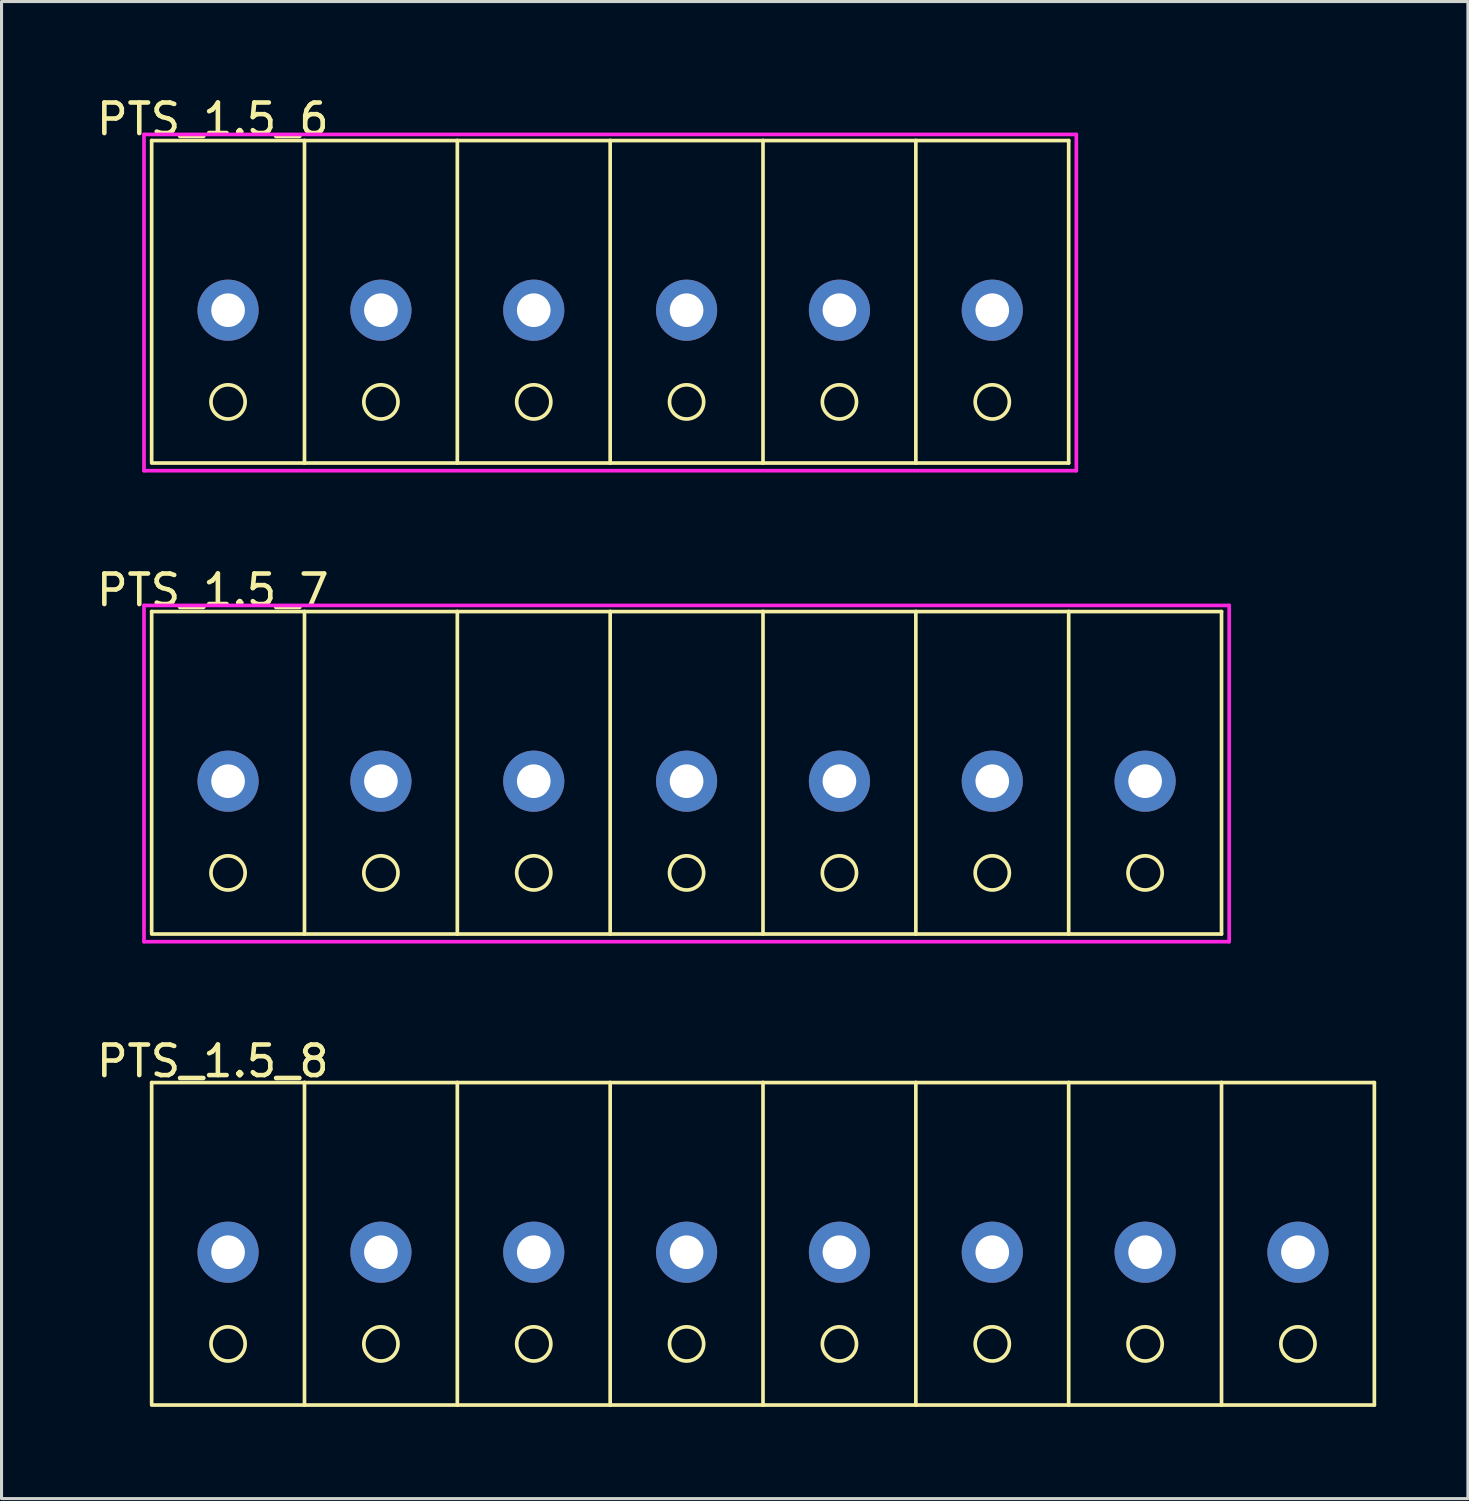
<source format=kicad_pcb>
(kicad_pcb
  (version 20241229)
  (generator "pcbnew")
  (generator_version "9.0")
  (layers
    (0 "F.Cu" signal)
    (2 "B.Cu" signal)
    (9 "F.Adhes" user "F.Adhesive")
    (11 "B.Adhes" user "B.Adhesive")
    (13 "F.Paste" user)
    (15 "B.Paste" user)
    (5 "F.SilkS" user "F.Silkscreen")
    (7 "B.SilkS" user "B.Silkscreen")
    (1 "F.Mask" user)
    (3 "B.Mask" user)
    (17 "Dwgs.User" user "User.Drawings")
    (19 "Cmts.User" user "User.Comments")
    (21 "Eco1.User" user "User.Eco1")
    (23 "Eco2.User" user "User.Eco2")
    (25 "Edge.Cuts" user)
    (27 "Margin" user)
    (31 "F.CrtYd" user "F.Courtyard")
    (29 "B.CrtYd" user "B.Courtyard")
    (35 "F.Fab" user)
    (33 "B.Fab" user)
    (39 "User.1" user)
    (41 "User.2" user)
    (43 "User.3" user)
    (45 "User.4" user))
  (footprint "PTS_1.5_7"
    (layer "F.Cu")
    (at 4.411 22.506)
    (property "Reference" "PTS_1.5_7" (at -0.5 -6.25 0) (layer "F.SilkS") (effects (font (size 1 1) (thickness 0.15))))
    (attr through_hole)
    (fp_line (start -2.5 -5.55) (end 2.5 -5.55) (stroke (width 0.12) (type solid)) (layer "F.SilkS"))
    (fp_line (start -2.5 4.95) (end -2.5 -5.55) (stroke (width 0.12) (type solid)) (layer "F.SilkS"))
    (fp_line (start 2.5 -5.55) (end 2.5 5) (stroke (width 0.12) (type solid)) (layer "F.SilkS"))
    (fp_line (start 2.5 -5.55) (end 7.5 -5.55) (stroke (width 0.12) (type solid)) (layer "F.SilkS"))
    (fp_line (start 2.5 5) (end -2.5 5) (stroke (width 0.12) (type solid)) (layer "F.SilkS"))
    (fp_line (start 2.5 5) (end 7.5 5) (stroke (width 0.12) (type solid)) (layer "F.SilkS"))
    (fp_line (start 7.5 -5.55) (end 12.5 -5.55) (stroke (width 0.12) (type solid)) (layer "F.SilkS"))
    (fp_line (start 7.5 5) (end 7.5 -5.55) (stroke (width 0.12) (type solid)) (layer "F.SilkS"))
    (fp_line (start 7.5 5) (end 12.5 5) (stroke (width 0.12) (type solid)) (layer "F.SilkS"))
    (fp_line (start 12.5 -5.55) (end 17.5 -5.55) (stroke (width 0.12) (type solid)) (layer "F.SilkS"))
    (fp_line (start 12.5 5) (end 12.5 -5.55) (stroke (width 0.12) (type solid)) (layer "F.SilkS"))
    (fp_line (start 12.5 5) (end 17.5 5) (stroke (width 0.12) (type solid)) (layer "F.SilkS"))
    (fp_line (start 17.5 -5.55) (end 22.5 -5.55) (stroke (width 0.12) (type solid)) (layer "F.SilkS"))
    (fp_line (start 17.5 5) (end 17.5 -5.55) (stroke (width 0.12) (type solid)) (layer "F.SilkS"))
    (fp_line (start 17.5 5) (end 22.5 5) (stroke (width 0.12) (type solid)) (layer "F.SilkS"))
    (fp_line (start 22.5 -5.55) (end 27.5 -5.55) (stroke (width 0.12) (type solid)) (layer "F.SilkS"))
    (fp_line (start 22.5 5) (end 22.5 -5.55) (stroke (width 0.12) (type solid)) (layer "F.SilkS"))
    (fp_line (start 22.5 5) (end 27.5 5) (stroke (width 0.12) (type solid)) (layer "F.SilkS"))
    (fp_line (start 27.5 -5.55) (end 32.5 -5.55) (stroke (width 0.12) (type solid)) (layer "F.SilkS"))
    (fp_line (start 27.5 5) (end 27.5 -5.55) (stroke (width 0.12) (type solid)) (layer "F.SilkS"))
    (fp_line (start 27.5 5) (end 32.5 5) (stroke (width 0.12) (type solid)) (layer "F.SilkS"))
    (fp_line (start 32.5 5) (end 32.5 -5.55) (stroke (width 0.12) (type solid)) (layer "F.SilkS"))
    (fp_circle (center 0 3) (end 0.25 2.5) (stroke (width 0.12) (type solid)) (fill no) (layer "F.SilkS"))
    (fp_circle (center 5 3) (end 5.25 2.5) (stroke (width 0.12) (type solid)) (fill no) (layer "F.SilkS"))
    (fp_circle (center 10 3) (end 10.25 2.5) (stroke (width 0.12) (type solid)) (fill no) (layer "F.SilkS"))
    (fp_circle (center 15 3) (end 15.25 2.5) (stroke (width 0.12) (type solid)) (fill no) (layer "F.SilkS"))
    (fp_circle (center 20 3) (end 20.25 2.5) (stroke (width 0.12) (type solid)) (fill no) (layer "F.SilkS"))
    (fp_circle (center 25 3) (end 25.25 2.5) (stroke (width 0.12) (type solid)) (fill no) (layer "F.SilkS"))
    (fp_circle (center 30 3) (end 30.25 2.5) (stroke (width 0.12) (type solid)) (fill no) (layer "F.SilkS"))
    (fp_line (start -2.75 -5.75) (end 32.75 -5.75) (stroke (width 0.12) (type solid)) (layer "F.CrtYd"))
    (fp_line (start -2.75 5.25) (end -2.75 -5.75) (stroke (width 0.12) (type solid)) (layer "F.CrtYd"))
    (fp_line (start 32.75 -5.75) (end 32.75 5.25) (stroke (width 0.12) (type solid)) (layer "F.CrtYd"))
    (fp_line (start 32.75 5.25) (end -2.75 5.25) (stroke (width 0.12) (type solid)) (layer "F.CrtYd"))
    (pad "1" thru_hole circle (at 0 0) (size 2 2) (drill 1.1) (layers "*.Cu" "*.Mask"))
    (pad "2" thru_hole circle (at 5 0) (size 2 2) (drill 1.1) (layers "*.Cu" "*.Mask"))
    (pad "3" thru_hole circle (at 10 0) (size 2 2) (drill 1.1) (layers "*.Cu" "*.Mask"))
    (pad "4" thru_hole circle (at 15 0) (size 2 2) (drill 1.1) (layers "*.Cu" "*.Mask"))
    (pad "5" thru_hole circle (at 20 0) (size 2 2) (drill 1.1) (layers "*.Cu" "*.Mask"))
    (pad "6" thru_hole circle (at 25 0) (size 2 2) (drill 1.1) (layers "*.Cu" "*.Mask"))
    (pad "7" thru_hole circle (at 30 0) (size 2 2) (drill 1.1) (layers "*.Cu" "*.Mask")))
  (footprint "PTS_1.5_8"
    (layer "F.Cu")
    (at 4.411 37.915)
    (property "Reference" "PTS_1.5_8" (at -0.5 -6.25 0) (layer "F.SilkS") (effects (font (size 1 1) (thickness 0.15))))
    (attr through_hole)
    (fp_line (start -2.5 -5.55) (end 2.5 -5.55) (stroke (width 0.12) (type solid)) (layer "F.SilkS"))
    (fp_line (start -2.5 4.95) (end -2.5 -5.55) (stroke (width 0.12) (type solid)) (layer "F.SilkS"))
    (fp_line (start 2.5 -5.55) (end 2.5 5) (stroke (width 0.12) (type solid)) (layer "F.SilkS"))
    (fp_line (start 2.5 -5.55) (end 7.5 -5.55) (stroke (width 0.12) (type solid)) (layer "F.SilkS"))
    (fp_line (start 2.5 5) (end -2.5 5) (stroke (width 0.12) (type solid)) (layer "F.SilkS"))
    (fp_line (start 2.5 5) (end 7.5 5) (stroke (width 0.12) (type solid)) (layer "F.SilkS"))
    (fp_line (start 7.5 -5.55) (end 12.5 -5.55) (stroke (width 0.12) (type solid)) (layer "F.SilkS"))
    (fp_line (start 7.5 5) (end 7.5 -5.55) (stroke (width 0.12) (type solid)) (layer "F.SilkS"))
    (fp_line (start 7.5 5) (end 12.5 5) (stroke (width 0.12) (type solid)) (layer "F.SilkS"))
    (fp_line (start 12.5 -5.55) (end 17.5 -5.55) (stroke (width 0.12) (type solid)) (layer "F.SilkS"))
    (fp_line (start 12.5 5) (end 12.5 -5.55) (stroke (width 0.12) (type solid)) (layer "F.SilkS"))
    (fp_line (start 12.5 5) (end 17.5 5) (stroke (width 0.12) (type solid)) (layer "F.SilkS"))
    (fp_line (start 17.5 -5.55) (end 22.5 -5.55) (stroke (width 0.12) (type solid)) (layer "F.SilkS"))
    (fp_line (start 17.5 5) (end 17.5 -5.55) (stroke (width 0.12) (type solid)) (layer "F.SilkS"))
    (fp_line (start 17.5 5) (end 22.5 5) (stroke (width 0.12) (type solid)) (layer "F.SilkS"))
    (fp_line (start 22.5 -5.55) (end 27.5 -5.55) (stroke (width 0.12) (type solid)) (layer "F.SilkS"))
    (fp_line (start 22.5 5) (end 22.5 -5.55) (stroke (width 0.12) (type solid)) (layer "F.SilkS"))
    (fp_line (start 22.5 5) (end 27.5 5) (stroke (width 0.12) (type solid)) (layer "F.SilkS"))
    (fp_line (start 27.5 -5.55) (end 32.5 -5.55) (stroke (width 0.12) (type solid)) (layer "F.SilkS"))
    (fp_line (start 27.5 5) (end 27.5 -5.55) (stroke (width 0.12) (type solid)) (layer "F.SilkS"))
    (fp_line (start 27.5 5) (end 32.5 5) (stroke (width 0.12) (type solid)) (layer "F.SilkS"))
    (fp_line (start 32.5 -5.55) (end 37.5 -5.55) (stroke (width 0.12) (type solid)) (layer "F.SilkS"))
    (fp_line (start 32.5 5) (end 32.5 -5.55) (stroke (width 0.12) (type solid)) (layer "F.SilkS"))
    (fp_line (start 32.5 5) (end 37.5 5) (stroke (width 0.12) (type solid)) (layer "F.SilkS"))
    (fp_line (start 37.5 5) (end 37.5 -5.55) (stroke (width 0.12) (type solid)) (layer "F.SilkS"))
    (fp_circle (center 0 3) (end 0.25 2.5) (stroke (width 0.12) (type solid)) (fill no) (layer "F.SilkS"))
    (fp_circle (center 5 3) (end 5.25 2.5) (stroke (width 0.12) (type solid)) (fill no) (layer "F.SilkS"))
    (fp_circle (center 10 3) (end 10.25 2.5) (stroke (width 0.12) (type solid)) (fill no) (layer "F.SilkS"))
    (fp_circle (center 15 3) (end 15.25 2.5) (stroke (width 0.12) (type solid)) (fill no) (layer "F.SilkS"))
    (fp_circle (center 20 3) (end 20.25 2.5) (stroke (width 0.12) (type solid)) (fill no) (layer "F.SilkS"))
    (fp_circle (center 25 3) (end 25.25 2.5) (stroke (width 0.12) (type solid)) (fill no) (layer "F.SilkS"))
    (fp_circle (center 30 3) (end 30.25 2.5) (stroke (width 0.12) (type solid)) (fill no) (layer "F.SilkS"))
    (fp_circle (center 35 3) (end 35.25 2.5) (stroke (width 0.12) (type solid)) (fill no) (layer "F.SilkS"))
    (pad "1" thru_hole circle (at 0 0) (size 2 2) (drill 1.1) (layers "*.Cu" "*.Mask"))
    (pad "2" thru_hole circle (at 5 0) (size 2 2) (drill 1.1) (layers "*.Cu" "*.Mask"))
    (pad "3" thru_hole circle (at 10 0) (size 2 2) (drill 1.1) (layers "*.Cu" "*.Mask"))
    (pad "4" thru_hole circle (at 15 0) (size 2 2) (drill 1.1) (layers "*.Cu" "*.Mask"))
    (pad "5" thru_hole circle (at 20 0) (size 2 2) (drill 1.1) (layers "*.Cu" "*.Mask"))
    (pad "6" thru_hole circle (at 25 0) (size 2 2) (drill 1.1) (layers "*.Cu" "*.Mask"))
    (pad "7" thru_hole circle (at 30 0) (size 2 2) (drill 1.1) (layers "*.Cu" "*.Mask"))
    (pad "8" thru_hole circle (at 35 0) (size 2 2) (drill 1.1) (layers "*.Cu" "*.Mask")))
  (footprint "PTS_1.5_6"
    (layer "F.Cu")
    (at 4.411 7.098)
    (property "Reference" "PTS_1.5_6" (at -0.5 -6.25 0) (layer "F.SilkS") (effects (font (size 1 1) (thickness 0.15))))
    (attr through_hole)
    (fp_line (start -2.5 -5.55) (end 2.5 -5.55) (stroke (width 0.12) (type solid)) (layer "F.SilkS"))
    (fp_line (start -2.5 4.95) (end -2.5 -5.55) (stroke (width 0.12) (type solid)) (layer "F.SilkS"))
    (fp_line (start 2.5 -5.55) (end 2.5 5) (stroke (width 0.12) (type solid)) (layer "F.SilkS"))
    (fp_line (start 2.5 -5.55) (end 7.5 -5.55) (stroke (width 0.12) (type solid)) (layer "F.SilkS"))
    (fp_line (start 2.5 5) (end -2.5 5) (stroke (width 0.12) (type solid)) (layer "F.SilkS"))
    (fp_line (start 2.5 5) (end 7.5 5) (stroke (width 0.12) (type solid)) (layer "F.SilkS"))
    (fp_line (start 7.5 -5.55) (end 12.5 -5.55) (stroke (width 0.12) (type solid)) (layer "F.SilkS"))
    (fp_line (start 7.5 5) (end 7.5 -5.55) (stroke (width 0.12) (type solid)) (layer "F.SilkS"))
    (fp_line (start 7.5 5) (end 12.5 5) (stroke (width 0.12) (type solid)) (layer "F.SilkS"))
    (fp_line (start 12.5 -5.55) (end 17.5 -5.55) (stroke (width 0.12) (type solid)) (layer "F.SilkS"))
    (fp_line (start 12.5 5) (end 12.5 -5.55) (stroke (width 0.12) (type solid)) (layer "F.SilkS"))
    (fp_line (start 12.5 5) (end 17.5 5) (stroke (width 0.12) (type solid)) (layer "F.SilkS"))
    (fp_line (start 17.5 -5.55) (end 22.5 -5.55) (stroke (width 0.12) (type solid)) (layer "F.SilkS"))
    (fp_line (start 17.5 5) (end 17.5 -5.55) (stroke (width 0.12) (type solid)) (layer "F.SilkS"))
    (fp_line (start 17.5 5) (end 22.5 5) (stroke (width 0.12) (type solid)) (layer "F.SilkS"))
    (fp_line (start 22.5 -5.55) (end 27.5 -5.55) (stroke (width 0.12) (type solid)) (layer "F.SilkS"))
    (fp_line (start 22.5 5) (end 22.5 -5.55) (stroke (width 0.12) (type solid)) (layer "F.SilkS"))
    (fp_line (start 22.5 5) (end 27.5 5) (stroke (width 0.12) (type solid)) (layer "F.SilkS"))
    (fp_line (start 27.5 5) (end 27.5 -5.55) (stroke (width 0.12) (type solid)) (layer "F.SilkS"))
    (fp_circle (center 0 3) (end 0.25 2.5) (stroke (width 0.12) (type solid)) (fill no) (layer "F.SilkS"))
    (fp_circle (center 5 3) (end 5.25 2.5) (stroke (width 0.12) (type solid)) (fill no) (layer "F.SilkS"))
    (fp_circle (center 10 3) (end 10.25 2.5) (stroke (width 0.12) (type solid)) (fill no) (layer "F.SilkS"))
    (fp_circle (center 15 3) (end 15.25 2.5) (stroke (width 0.12) (type solid)) (fill no) (layer "F.SilkS"))
    (fp_circle (center 20 3) (end 20.25 2.5) (stroke (width 0.12) (type solid)) (fill no) (layer "F.SilkS"))
    (fp_circle (center 25 3) (end 25.25 2.5) (stroke (width 0.12) (type solid)) (fill no) (layer "F.SilkS"))
    (fp_line (start -2.75 -5.75) (end 27.75 -5.75) (stroke (width 0.12) (type solid)) (layer "F.CrtYd"))
    (fp_line (start -2.75 5.25) (end -2.75 -5.75) (stroke (width 0.12) (type solid)) (layer "F.CrtYd"))
    (fp_line (start 27.75 -5.75) (end 27.75 5.25) (stroke (width 0.12) (type solid)) (layer "F.CrtYd"))
    (fp_line (start 27.75 5.25) (end -2.75 5.25) (stroke (width 0.12) (type solid)) (layer "F.CrtYd"))
    (pad "1" thru_hole circle (at 0 0) (size 2 2) (drill 1.1) (layers "*.Cu" "*.Mask"))
    (pad "2" thru_hole circle (at 5 0) (size 2 2) (drill 1.1) (layers "*.Cu" "*.Mask"))
    (pad "3" thru_hole circle (at 10 0) (size 2 2) (drill 1.1) (layers "*.Cu" "*.Mask"))
    (pad "4" thru_hole circle (at 15 0) (size 2 2) (drill 1.1) (layers "*.Cu" "*.Mask"))
    (pad "5" thru_hole circle (at 20 0) (size 2 2) (drill 1.1) (layers "*.Cu" "*.Mask"))
    (pad "6" thru_hole circle (at 25 0) (size 2 2) (drill 1.1) (layers "*.Cu" "*.Mask")))
  (gr_rect
    (start -3 -3)
    (end 44.971 45.975)
    (stroke (width 0.1) (type default))
    (fill no)
    (layer "Edge.Cuts")))
</source>
